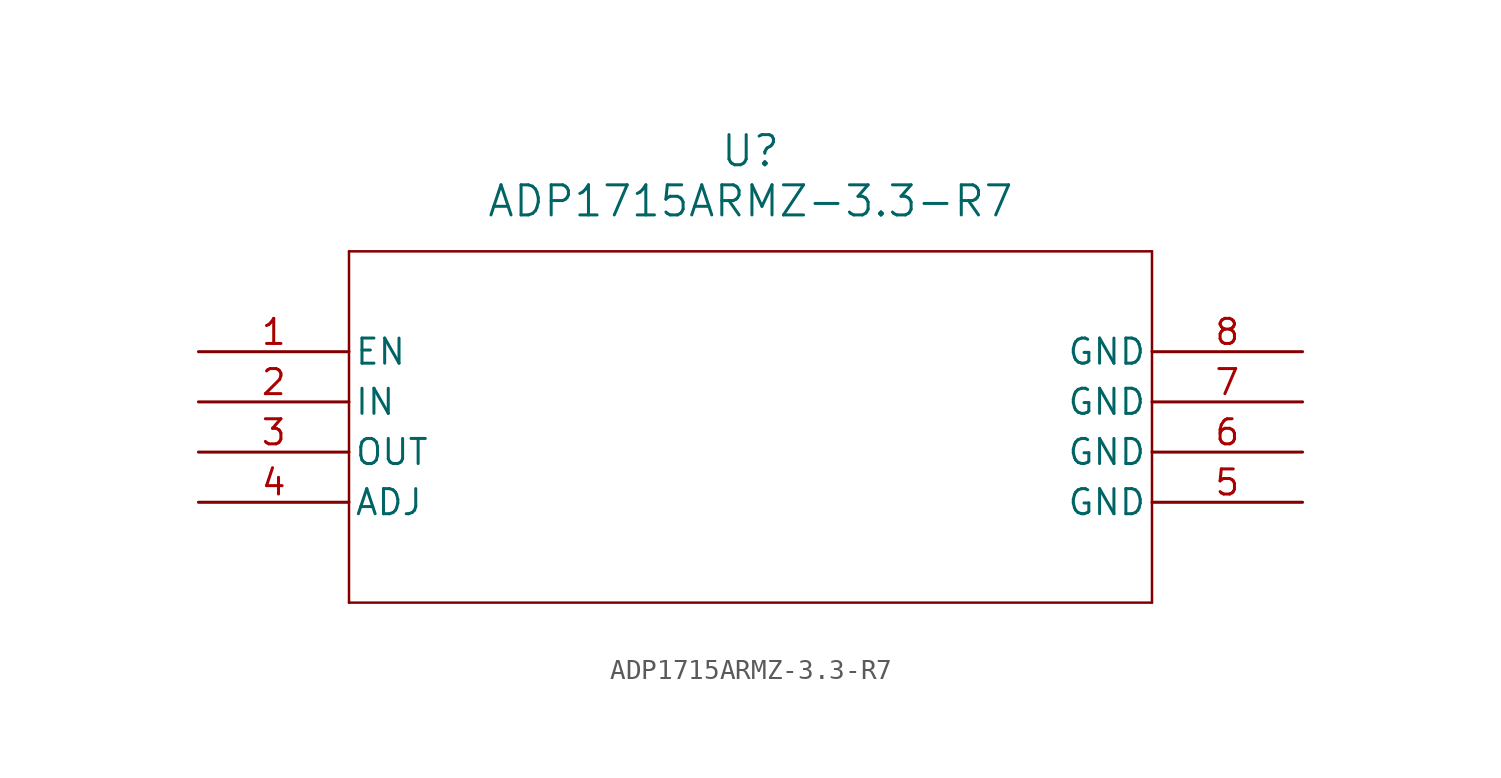
<source format=kicad_sym>
(kicad_symbol_lib
  (version 20211014)
  (generator kicad_symbol_editor)
  (symbol "ADP1715ARMZ-3.3-R7"
    (pin_names
      (offset 0.254))
    (property "Reference" "U"
      (at 27.94 10.16 0)
      (effects (font (size 1.524 1.524))))
    (property "Value" "ADP1715ARMZ-3.3-R7"
      (at 27.94 7.62 0)
      (effects (font (size 1.524 1.524))))
    (symbol "ADP1715ARMZ-3.3-R7_0_1"
      (polyline (pts (xy 7.62 5.08) (xy 7.62 -12.7)) (stroke (width 0.127) (type default) (color 0 0 0 0)) (fill (type none)))
      (polyline (pts (xy 7.62 -12.7) (xy 48.26 -12.7)) (stroke (width 0.127) (type default) (color 0 0 0 0)) (fill (type none)))
      (polyline (pts (xy 48.26 -12.7) (xy 48.26 5.08)) (stroke (width 0.127) (type default) (color 0 0 0 0)) (fill (type none)))
      (polyline (pts (xy 48.26 5.08) (xy 7.62 5.08)) (stroke (width 0.127) (type default) (color 0 0 0 0)) (fill (type none)))
      (pin input line (at 0 0 0) (length 7.62) (name "EN" (effects (font (size 1.27 1.27)))) (number "1" (effects (font (size 1.27 1.27)))))
      (pin input line (at 0 -2.54 0) (length 7.62) (name "IN" (effects (font (size 1.27 1.27)))) (number "2" (effects (font (size 1.27 1.27)))))
      (pin output line (at 0 -5.08 0) (length 7.62) (name "OUT" (effects (font (size 1.27 1.27)))) (number "3" (effects (font (size 1.27 1.27)))))
      (pin output line (at 0 -7.62 0) (length 7.62) (name "ADJ" (effects (font (size 1.27 1.27)))) (number "4" (effects (font (size 1.27 1.27)))))
      (pin power_in line (at 55.88 -7.62 180) (length 7.62) (name "GND" (effects (font (size 1.27 1.27)))) (number "5" (effects (font (size 1.27 1.27)))))
      (pin power_in line (at 55.88 -5.08 180) (length 7.62) (name "GND" (effects (font (size 1.27 1.27)))) (number "6" (effects (font (size 1.27 1.27)))))
      (pin power_in line (at 55.88 -2.54 180) (length 7.62) (name "GND" (effects (font (size 1.27 1.27)))) (number "7" (effects (font (size 1.27 1.27)))))
      (pin power_in line (at 55.88 0 180) (length 7.62) (name "GND" (effects (font (size 1.27 1.27)))) (number "8" (effects (font (size 1.27 1.27))))))))
</source>
